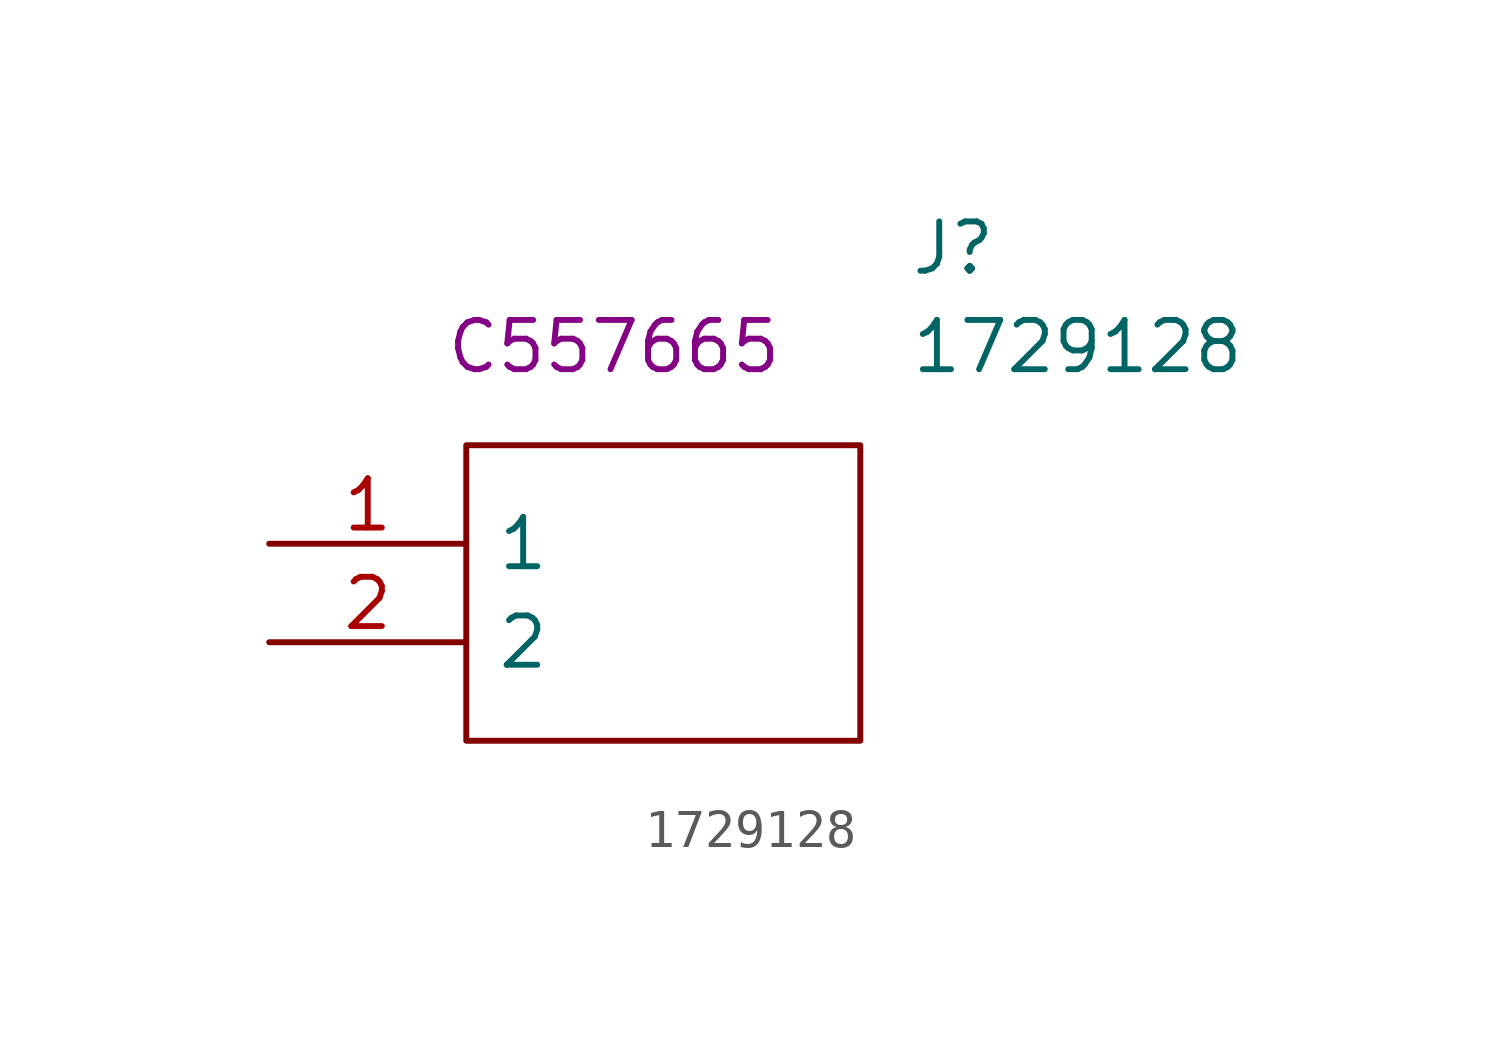
<source format=kicad_sym>
(kicad_symbol_lib
  (version 20220914)
  (generator kicad_symbol_editor)
  (symbol "1729128"
    (pin_names
      (offset 0.762))
    (property "Reference" "J"
      (at 16.51 7.62 0)
      (effects (font (size 1.27 1.27)) (justify left)))
    (property "Value" "1729128"
      (at 16.51 5.08 0)
      (effects (font (size 1.27 1.27)) (justify left)))
    (property "LCSC" "C557665"
      (at 8.89 5.08 0)
      (effects (font (size 1.27 1.27))))
    (symbol "1729128_0_0"
      (pin passive line (at 0 0 0) (length 5.08) (name "1" (effects (font (size 1.27 1.27)))) (number "1" (effects (font (size 1.27 1.27)))))
      (pin passive line (at 0 -2.54 0) (length 5.08) (name "2" (effects (font (size 1.27 1.27)))) (number "2" (effects (font (size 1.27 1.27))))))
    (symbol "1729128_0_1"
      (polyline (pts (xy 5.08 2.54) (xy 15.24 2.54) (xy 15.24 -5.08) (xy 5.08 -5.08) (xy 5.08 2.54)) (stroke (width 0.152) (type solid)) (fill (type none))))))
</source>
